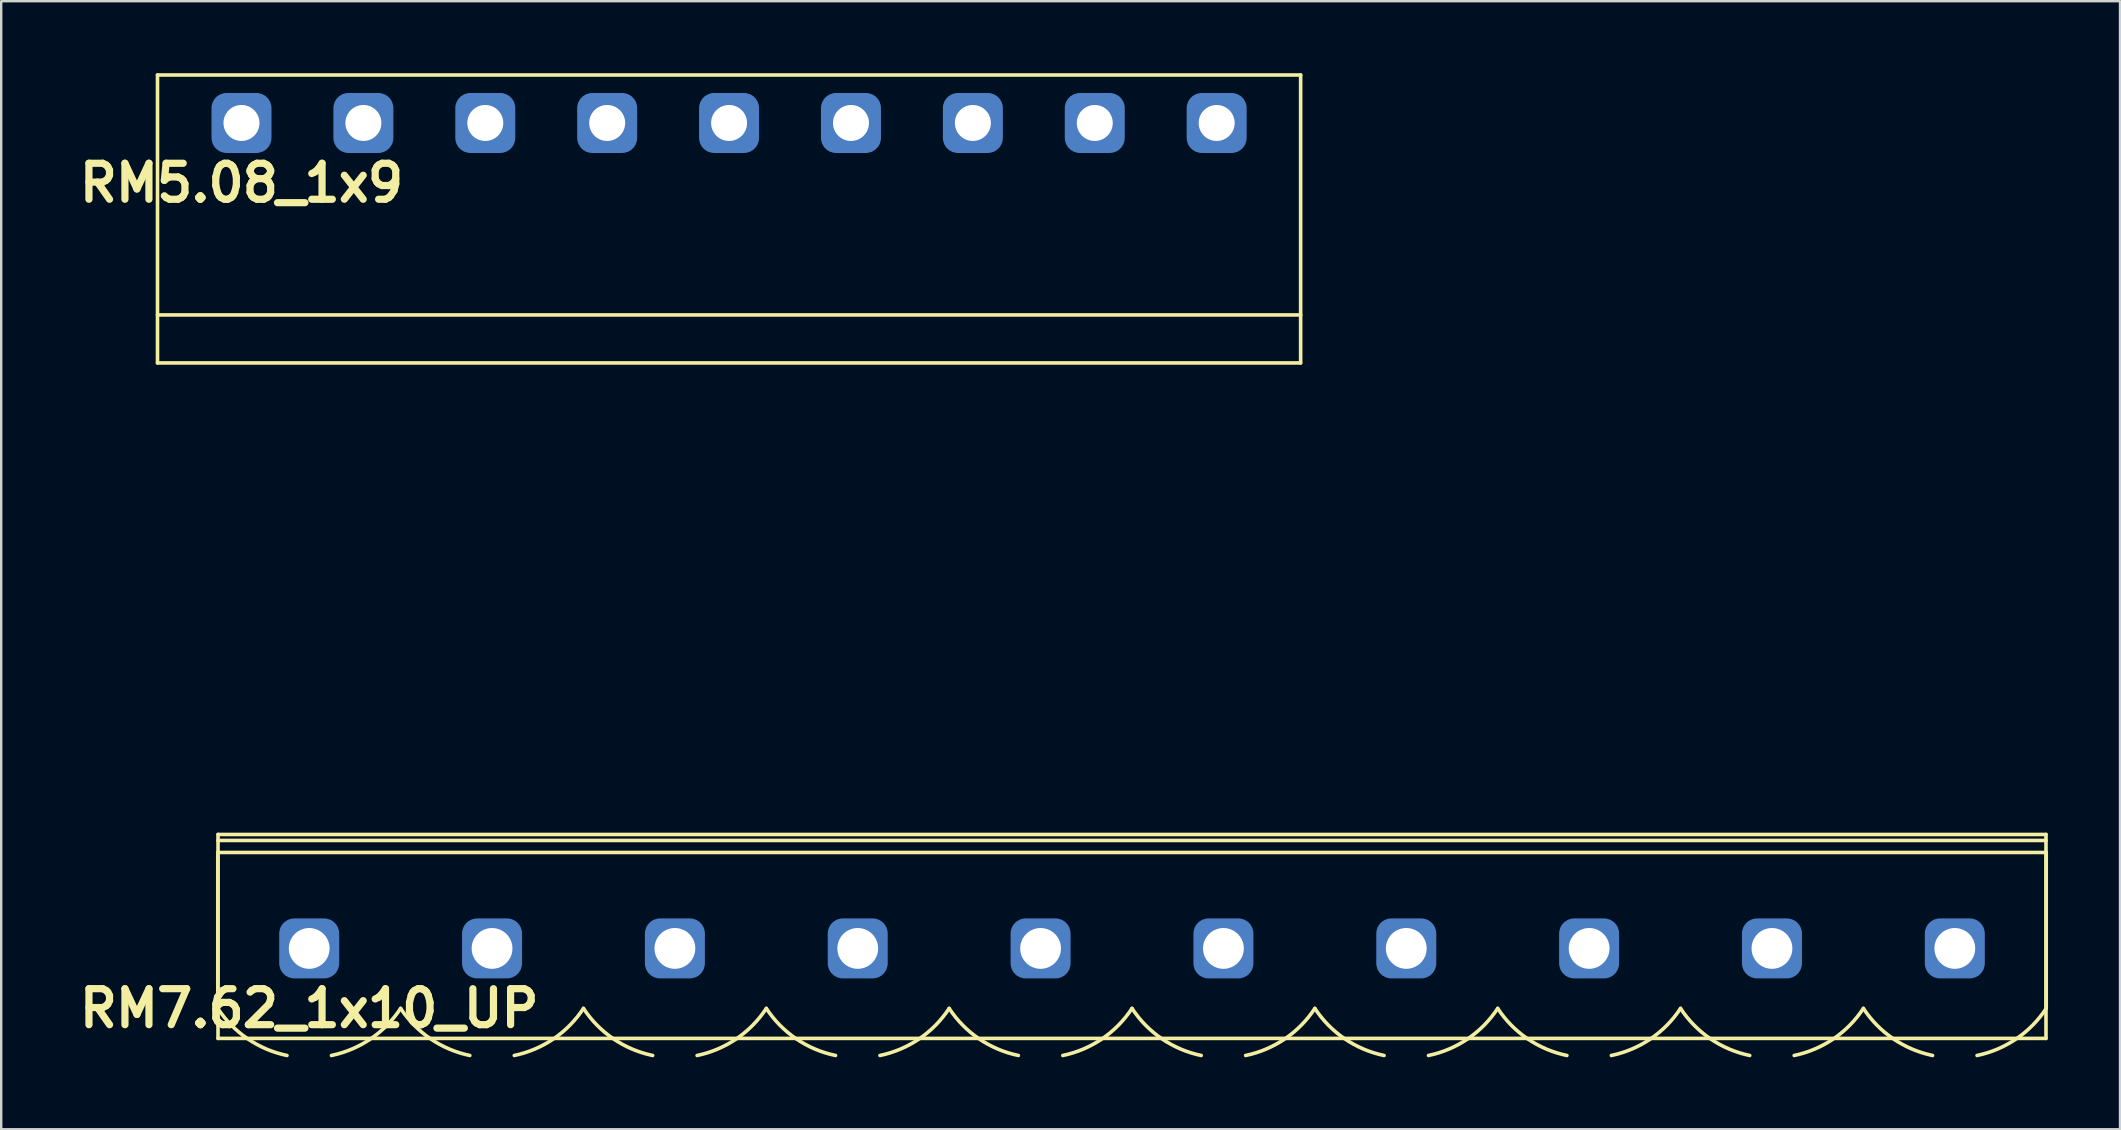
<source format=kicad_pcb>
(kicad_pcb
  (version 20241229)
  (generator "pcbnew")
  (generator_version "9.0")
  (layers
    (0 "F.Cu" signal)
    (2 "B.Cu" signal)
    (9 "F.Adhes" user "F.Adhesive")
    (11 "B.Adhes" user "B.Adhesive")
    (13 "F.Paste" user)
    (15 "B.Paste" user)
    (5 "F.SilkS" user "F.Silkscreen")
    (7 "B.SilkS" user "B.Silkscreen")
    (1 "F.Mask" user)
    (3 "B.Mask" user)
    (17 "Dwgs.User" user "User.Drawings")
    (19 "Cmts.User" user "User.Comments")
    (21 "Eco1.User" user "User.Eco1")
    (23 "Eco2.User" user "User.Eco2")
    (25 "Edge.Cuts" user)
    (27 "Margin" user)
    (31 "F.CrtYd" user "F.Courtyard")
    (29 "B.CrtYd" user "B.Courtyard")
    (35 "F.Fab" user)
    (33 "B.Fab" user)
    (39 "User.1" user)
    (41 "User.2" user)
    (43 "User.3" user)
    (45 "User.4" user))
  (footprint "RM5.08_1x9"
    (layer "F.Cu")
    (at 7.014 2.075)
    (property "Reference" "RM5.08_1x9" (at 0 2.5 0) (layer "F.SilkS") (effects (font (size 1.5 1.5) (thickness 0.3))))
    (attr through_hole)
    (fp_line (start -3.5 -2) (end -3.5 10) (stroke (width 0.15) (type solid)) (layer "F.SilkS"))
    (fp_line (start -3.5 8) (end 44.14 8) (stroke (width 0.15) (type solid)) (layer "F.SilkS"))
    (fp_line (start -3.5 10) (end 44.14 10) (stroke (width 0.15) (type solid)) (layer "F.SilkS"))
    (fp_line (start 44.14 -2) (end -3.5 -2) (stroke (width 0.15) (type solid)) (layer "F.SilkS"))
    (fp_line (start 44.14 10) (end 44.14 -2) (stroke (width 0.15) (type solid)) (layer "F.SilkS"))
    (fp_line (start -2.54 20) (end -2.54 10) (stroke (width 0.15) (type solid)) (layer "Margin"))
    (fp_line (start -2.54 20) (end 43.18 20) (stroke (width 0.15) (type solid)) (layer "Margin"))
    (fp_line (start -1.5 14) (end 1.5 14) (stroke (width 0.15) (type solid)) (layer "Margin"))
    (fp_line (start 3.58 14) (end 6.58 14) (stroke (width 0.15) (type solid)) (layer "Margin"))
    (fp_line (start 8.66 14) (end 11.66 14) (stroke (width 0.15) (type solid)) (layer "Margin"))
    (fp_line (start 13.74 14) (end 16.74 14) (stroke (width 0.15) (type solid)) (layer "Margin"))
    (fp_line (start 18.82 14) (end 21.82 14) (stroke (width 0.15) (type solid)) (layer "Margin"))
    (fp_line (start 23.9 14) (end 26.9 14) (stroke (width 0.15) (type solid)) (layer "Margin"))
    (fp_line (start 28.98 14) (end 31.98 14) (stroke (width 0.15) (type solid)) (layer "Margin"))
    (fp_line (start 34.06 14) (end 37.06 14) (stroke (width 0.15) (type solid)) (layer "Margin"))
    (fp_line (start 39.14 14) (end 42.14 14) (stroke (width 0.15) (type solid)) (layer "Margin"))
    (fp_line (start 43.18 20) (end 43.18 10) (stroke (width 0.15) (type solid)) (layer "Margin"))
    (fp_circle (center 0 14) (end 0 12.5) (stroke (width 0.15) (type solid)) (fill no) (layer "Margin"))
    (fp_circle (center 5.08 14) (end 5.08 12.5) (stroke (width 0.15) (type solid)) (fill no) (layer "Margin"))
    (fp_circle (center 10.16 14) (end 10.16 12.5) (stroke (width 0.15) (type solid)) (fill no) (layer "Margin"))
    (fp_circle (center 15.24 14) (end 15.24 12.5) (stroke (width 0.15) (type solid)) (fill no) (layer "Margin"))
    (fp_circle (center 20.32 14) (end 20.32 12.5) (stroke (width 0.15) (type solid)) (fill no) (layer "Margin"))
    (fp_circle (center 25.4 14) (end 25.4 12.5) (stroke (width 0.15) (type solid)) (fill no) (layer "Margin"))
    (fp_circle (center 30.48 14) (end 30.48 12.5) (stroke (width 0.15) (type solid)) (fill no) (layer "Margin"))
    (fp_circle (center 35.56 14) (end 35.56 12.5) (stroke (width 0.15) (type solid)) (fill no) (layer "Margin"))
    (fp_circle (center 40.64 14) (end 40.64 12.5) (stroke (width 0.15) (type solid)) (fill no) (layer "Margin"))
    (pad "1" thru_hole circle (at 0 0) (size 1.8 1.8) (drill 1.5) (layers "*.Cu" "*.Mask"))
    (pad "1" smd roundrect (at 0 0) (size 2.5 2.5) (layers "B.Cu" "B.Mask") (roundrect_rratio 0.25))
    (pad "2" thru_hole circle (at 5.08 0) (size 1.8 1.8) (drill 1.5) (layers "*.Cu" "*.Mask"))
    (pad "2" smd roundrect (at 5.08 0) (size 2.5 2.5) (layers "B.Cu" "B.Mask") (roundrect_rratio 0.25))
    (pad "3" thru_hole circle (at 10.16 0) (size 1.8 1.8) (drill 1.5) (layers "*.Cu" "*.Mask"))
    (pad "3" smd roundrect (at 10.16 0) (size 2.5 2.5) (layers "B.Cu" "B.Mask") (roundrect_rratio 0.25))
    (pad "4" thru_hole circle (at 15.24 0) (size 1.8 1.8) (drill 1.5) (layers "*.Cu" "*.Mask"))
    (pad "4" smd roundrect (at 15.24 0) (size 2.5 2.5) (layers "B.Cu" "B.Mask") (roundrect_rratio 0.25))
    (pad "5" thru_hole circle (at 20.32 0) (size 1.8 1.8) (drill 1.5) (layers "*.Cu" "*.Mask"))
    (pad "5" smd roundrect (at 20.32 0) (size 2.5 2.5) (layers "B.Cu" "B.Mask") (roundrect_rratio 0.25))
    (pad "6" thru_hole circle (at 25.4 0) (size 1.8 1.8) (drill 1.5) (layers "*.Cu" "*.Mask"))
    (pad "6" smd roundrect (at 25.4 0) (size 2.5 2.5) (layers "B.Cu" "B.Mask") (roundrect_rratio 0.25))
    (pad "7" thru_hole circle (at 30.48 0) (size 1.8 1.8) (drill 1.5) (layers "*.Cu" "*.Mask"))
    (pad "7" smd roundrect (at 30.48 0) (size 2.5 2.5) (layers "B.Cu" "B.Mask") (roundrect_rratio 0.25))
    (pad "8" thru_hole circle (at 35.56 0) (size 1.8 1.8) (drill 1.5) (layers "*.Cu" "*.Mask"))
    (pad "8" smd roundrect (at 35.56 0) (size 2.5 2.5) (layers "B.Cu" "B.Mask") (roundrect_rratio 0.25))
    (pad "9" thru_hole circle (at 40.64 0) (size 1.8 1.8) (drill 1.5) (layers "*.Cu" "*.Mask"))
    (pad "9" smd roundrect (at 40.64 0) (size 2.5 2.5) (layers "B.Cu" "B.Mask") (roundrect_rratio 0.25)))
  (footprint "RM7.62_1x10_UP"
    (layer "F.Cu")
    (at 9.836 36.475)
    (property "Reference" "RM7.62_1x10_UP" (at 0 2.5 0) (layer "F.SilkS") (effects (font (size 1.5 1.5) (thickness 0.3))))
    (attr through_hole)
    (fp_line (start -3.81 -4) (end -3.81 2.5) (stroke (width 0.15) (type solid)) (layer "F.SilkS"))
    (fp_line (start -3.81 -4) (end 72.39 -4) (stroke (width 0.15) (type solid)) (layer "F.SilkS"))
    (fp_line (start -3.8 -4.75) (end -3.8 3.75) (stroke (width 0.15) (type solid)) (layer "F.SilkS"))
    (fp_line (start -3.8 -4.5) (end 72.38 -4.5) (stroke (width 0.15) (type solid)) (layer "F.SilkS"))
    (fp_line (start -3.8 3.75) (end 72.38 3.75) (stroke (width 0.15) (type solid)) (layer "F.SilkS"))
    (fp_line (start 72.38 -4.75) (end -3.8 -4.75) (stroke (width 0.15) (type solid)) (layer "F.SilkS"))
    (fp_line (start 72.38 3.75) (end 72.38 -4.75) (stroke (width 0.15) (type solid)) (layer "F.SilkS"))
    (fp_line (start 72.39 -4) (end 72.39 2.5) (stroke (width 0.15) (type solid)) (layer "F.SilkS"))
    (fp_arc (start -0.92631 4.461844) (mid -2.563273 3.767723) (end -3.81 2.5) (stroke (width 0.15) (type solid)) (layer "F.SilkS"))
    (fp_arc (start 3.81 2.5) (mid 2.563272 3.767723) (end 0.92631 4.461844) (stroke (width 0.15) (type solid)) (layer "F.SilkS"))
    (fp_arc (start 6.69369 4.461844) (mid 5.056727 3.767723) (end 3.81 2.5) (stroke (width 0.15) (type solid)) (layer "F.SilkS"))
    (fp_arc (start 11.43 2.5) (mid 10.183272 3.767723) (end 8.54631 4.461844) (stroke (width 0.15) (type solid)) (layer "F.SilkS"))
    (fp_arc (start 14.31369 4.461844) (mid 12.676727 3.767723) (end 11.43 2.5) (stroke (width 0.15) (type solid)) (layer "F.SilkS"))
    (fp_arc (start 19.05 2.5) (mid 17.803272 3.767723) (end 16.16631 4.461844) (stroke (width 0.15) (type solid)) (layer "F.SilkS"))
    (fp_arc (start 21.93369 4.461844) (mid 20.296727 3.767723) (end 19.05 2.5) (stroke (width 0.15) (type solid)) (layer "F.SilkS"))
    (fp_arc (start 26.67 2.5) (mid 25.423272 3.767723) (end 23.78631 4.461844) (stroke (width 0.15) (type solid)) (layer "F.SilkS"))
    (fp_arc (start 29.55369 4.461844) (mid 27.916727 3.767723) (end 26.67 2.5) (stroke (width 0.15) (type solid)) (layer "F.SilkS"))
    (fp_arc (start 34.29 2.5) (mid 33.043272 3.767723) (end 31.40631 4.461844) (stroke (width 0.15) (type solid)) (layer "F.SilkS"))
    (fp_arc (start 37.17369 4.461844) (mid 35.536727 3.767723) (end 34.29 2.5) (stroke (width 0.15) (type solid)) (layer "F.SilkS"))
    (fp_arc (start 41.91 2.5) (mid 40.663272 3.767723) (end 39.02631 4.461844) (stroke (width 0.15) (type solid)) (layer "F.SilkS"))
    (fp_arc (start 44.79369 4.461844) (mid 43.156727 3.767723) (end 41.91 2.5) (stroke (width 0.15) (type solid)) (layer "F.SilkS"))
    (fp_arc (start 49.53 2.5) (mid 48.283272 3.767723) (end 46.64631 4.461844) (stroke (width 0.15) (type solid)) (layer "F.SilkS"))
    (fp_arc (start 52.41369 4.461844) (mid 50.776727 3.767723) (end 49.53 2.5) (stroke (width 0.15) (type solid)) (layer "F.SilkS"))
    (fp_arc (start 57.15 2.5) (mid 55.903272 3.767723) (end 54.26631 4.461844) (stroke (width 0.15) (type solid)) (layer "F.SilkS"))
    (fp_arc (start 60.03369 4.461844) (mid 58.396727 3.767723) (end 57.15 2.5) (stroke (width 0.15) (type solid)) (layer "F.SilkS"))
    (fp_arc (start 64.77 2.5) (mid 63.523272 3.767723) (end 61.88631 4.461844) (stroke (width 0.15) (type solid)) (layer "F.SilkS"))
    (fp_arc (start 67.65369 4.461844) (mid 66.016727 3.767723) (end 64.77 2.5) (stroke (width 0.15) (type solid)) (layer "F.SilkS"))
    (fp_arc (start 72.39 2.5) (mid 71.143272 3.767723) (end 69.50631 4.461844) (stroke (width 0.15) (type solid)) (layer "F.SilkS"))
    (fp_line (start -3.81 -11.25) (end -3.81 3.75) (stroke (width 0.15) (type solid)) (layer "Margin"))
    (fp_line (start -3.81 3.75) (end 72.39 3.75) (stroke (width 0.15) (type solid)) (layer "Margin"))
    (fp_line (start -1.25 -1.25) (end -1.25 1) (stroke (width 0.15) (type solid)) (layer "Margin"))
    (fp_line (start -1.25 1) (end 1.25 1) (stroke (width 0.15) (type solid)) (layer "Margin"))
    (fp_line (start 1.25 -1.25) (end -1.25 -1.25) (stroke (width 0.15) (type solid)) (layer "Margin"))
    (fp_line (start 1.25 1) (end 1.25 -1.25) (stroke (width 0.15) (type solid)) (layer "Margin"))
    (fp_line (start 6.37 -1.25) (end 6.37 1) (stroke (width 0.15) (type solid)) (layer "Margin"))
    (fp_line (start 6.37 1) (end 8.87 1) (stroke (width 0.15) (type solid)) (layer "Margin"))
    (fp_line (start 8.87 -1.25) (end 6.37 -1.25) (stroke (width 0.15) (type solid)) (layer "Margin"))
    (fp_line (start 8.87 1) (end 8.87 -1.25) (stroke (width 0.15) (type solid)) (layer "Margin"))
    (fp_line (start 13.99 -1.25) (end 13.99 1) (stroke (width 0.15) (type solid)) (layer "Margin"))
    (fp_line (start 13.99 1) (end 16.49 1) (stroke (width 0.15) (type solid)) (layer "Margin"))
    (fp_line (start 16.49 -1.25) (end 13.99 -1.25) (stroke (width 0.15) (type solid)) (layer "Margin"))
    (fp_line (start 16.49 1) (end 16.49 -1.25) (stroke (width 0.15) (type solid)) (layer "Margin"))
    (fp_line (start 21.61 -1.25) (end 21.61 1) (stroke (width 0.15) (type solid)) (layer "Margin"))
    (fp_line (start 21.61 1) (end 24.11 1) (stroke (width 0.15) (type solid)) (layer "Margin"))
    (fp_line (start 24.11 -1.25) (end 21.61 -1.25) (stroke (width 0.15) (type solid)) (layer "Margin"))
    (fp_line (start 24.11 1) (end 24.11 -1.25) (stroke (width 0.15) (type solid)) (layer "Margin"))
    (fp_line (start 29.23 -1.25) (end 29.23 1) (stroke (width 0.15) (type solid)) (layer "Margin"))
    (fp_line (start 29.23 1) (end 31.73 1) (stroke (width 0.15) (type solid)) (layer "Margin"))
    (fp_line (start 31.73 -1.25) (end 29.23 -1.25) (stroke (width 0.15) (type solid)) (layer "Margin"))
    (fp_line (start 31.73 1) (end 31.73 -1.25) (stroke (width 0.15) (type solid)) (layer "Margin"))
    (fp_line (start 36.85 -1.25) (end 36.85 1) (stroke (width 0.15) (type solid)) (layer "Margin"))
    (fp_line (start 36.85 1) (end 39.35 1) (stroke (width 0.15) (type solid)) (layer "Margin"))
    (fp_line (start 39.35 -1.25) (end 36.85 -1.25) (stroke (width 0.15) (type solid)) (layer "Margin"))
    (fp_line (start 39.35 1) (end 39.35 -1.25) (stroke (width 0.15) (type solid)) (layer "Margin"))
    (fp_line (start 44.47 -1.25) (end 44.47 1) (stroke (width 0.15) (type solid)) (layer "Margin"))
    (fp_line (start 44.47 1) (end 46.97 1) (stroke (width 0.15) (type solid)) (layer "Margin"))
    (fp_line (start 46.97 -1.25) (end 44.47 -1.25) (stroke (width 0.15) (type solid)) (layer "Margin"))
    (fp_line (start 46.97 1) (end 46.97 -1.25) (stroke (width 0.15) (type solid)) (layer "Margin"))
    (fp_line (start 52.09 -1.25) (end 52.09 1) (stroke (width 0.15) (type solid)) (layer "Margin"))
    (fp_line (start 52.09 1) (end 54.59 1) (stroke (width 0.15) (type solid)) (layer "Margin"))
    (fp_line (start 54.59 -1.25) (end 52.09 -1.25) (stroke (width 0.15) (type solid)) (layer "Margin"))
    (fp_line (start 54.59 1) (end 54.59 -1.25) (stroke (width 0.15) (type solid)) (layer "Margin"))
    (fp_line (start 59.71 -1.25) (end 59.71 1) (stroke (width 0.15) (type solid)) (layer "Margin"))
    (fp_line (start 59.71 1) (end 62.21 1) (stroke (width 0.15) (type solid)) (layer "Margin"))
    (fp_line (start 62.21 -1.25) (end 59.71 -1.25) (stroke (width 0.15) (type solid)) (layer "Margin"))
    (fp_line (start 62.21 1) (end 62.21 -1.25) (stroke (width 0.15) (type solid)) (layer "Margin"))
    (fp_line (start 67.33 -1.25) (end 67.33 1) (stroke (width 0.15) (type solid)) (layer "Margin"))
    (fp_line (start 67.33 1) (end 69.83 1) (stroke (width 0.15) (type solid)) (layer "Margin"))
    (fp_line (start 69.83 -1.25) (end 67.33 -1.25) (stroke (width 0.15) (type solid)) (layer "Margin"))
    (fp_line (start 69.83 1) (end 69.83 -1.25) (stroke (width 0.15) (type solid)) (layer "Margin"))
    (fp_line (start 72.39 -11.25) (end -3.81 -11.25) (stroke (width 0.15) (type solid)) (layer "Margin"))
    (fp_line (start 72.39 3.75) (end 72.39 -11.25) (stroke (width 0.15) (type solid)) (layer "Margin"))
    (pad "1" thru_hole circle (at 0 0) (size 2 2) (drill 1.7) (layers "*.Cu" "*.Mask"))
    (pad "1" smd roundrect (at 0 0) (size 2.5 2.5) (layers "B.Cu" "B.Mask") (roundrect_rratio 0.25))
    (pad "2" thru_hole circle (at 7.62 0) (size 2 2) (drill 1.7) (layers "*.Cu" "*.Mask"))
    (pad "2" smd roundrect (at 7.62 0) (size 2.5 2.5) (layers "B.Cu" "B.Mask") (roundrect_rratio 0.25))
    (pad "3" thru_hole circle (at 15.24 0) (size 2 2) (drill 1.7) (layers "*.Cu" "*.Mask"))
    (pad "3" smd roundrect (at 15.24 0) (size 2.5 2.5) (layers "B.Cu" "B.Mask") (roundrect_rratio 0.25))
    (pad "4" thru_hole circle (at 22.86 0) (size 2 2) (drill 1.7) (layers "*.Cu" "*.Mask"))
    (pad "4" smd roundrect (at 22.86 0) (size 2.5 2.5) (layers "B.Cu" "B.Mask") (roundrect_rratio 0.25))
    (pad "5" thru_hole circle (at 30.48 0) (size 2 2) (drill 1.7) (layers "*.Cu" "*.Mask"))
    (pad "5" smd roundrect (at 30.48 0) (size 2.5 2.5) (layers "B.Cu" "B.Mask") (roundrect_rratio 0.25))
    (pad "6" thru_hole circle (at 38.1 0) (size 2 2) (drill 1.7) (layers "*.Cu" "*.Mask"))
    (pad "6" smd roundrect (at 38.1 0) (size 2.5 2.5) (layers "B.Cu" "B.Mask") (roundrect_rratio 0.25))
    (pad "7" thru_hole circle (at 45.72 0) (size 2 2) (drill 1.7) (layers "*.Cu" "*.Mask"))
    (pad "7" smd roundrect (at 45.72 0) (size 2.5 2.5) (layers "B.Cu" "B.Mask") (roundrect_rratio 0.25))
    (pad "8" thru_hole circle (at 53.34 0) (size 2 2) (drill 1.7) (layers "*.Cu" "*.Mask"))
    (pad "8" smd roundrect (at 53.34 0) (size 2.5 2.5) (layers "B.Cu" "B.Mask") (roundrect_rratio 0.25))
    (pad "9" thru_hole circle (at 60.96 0) (size 2 2) (drill 1.7) (layers "*.Cu" "*.Mask"))
    (pad "9" smd roundrect (at 60.96 0) (size 2.5 2.5) (layers "B.Cu" "B.Mask") (roundrect_rratio 0.25))
    (pad "10" thru_hole circle (at 68.58 0) (size 2 2) (drill 1.7) (layers "*.Cu" "*.Mask"))
    (pad "10" smd roundrect (at 68.58 0) (size 2.5 2.5) (layers "B.Cu" "B.Mask") (roundrect_rratio 0.25)))
  (gr_rect
    (start -3 -3)
    (end 85.301 44.012)
    (stroke (width 0.1) (type default))
    (fill no)
    (layer "Edge.Cuts")))
</source>
